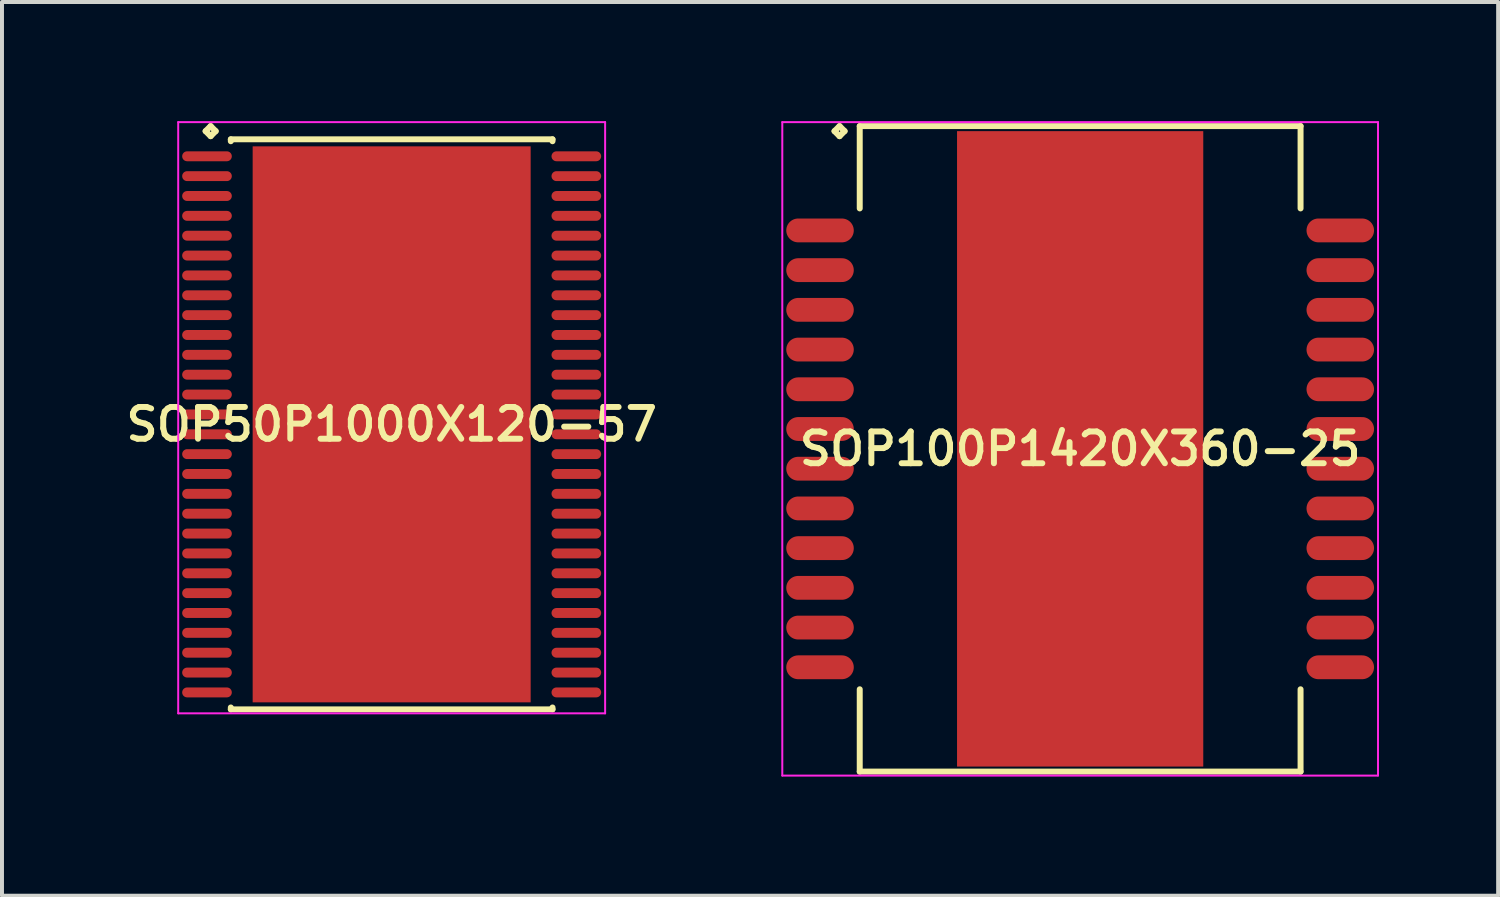
<source format=kicad_pcb>
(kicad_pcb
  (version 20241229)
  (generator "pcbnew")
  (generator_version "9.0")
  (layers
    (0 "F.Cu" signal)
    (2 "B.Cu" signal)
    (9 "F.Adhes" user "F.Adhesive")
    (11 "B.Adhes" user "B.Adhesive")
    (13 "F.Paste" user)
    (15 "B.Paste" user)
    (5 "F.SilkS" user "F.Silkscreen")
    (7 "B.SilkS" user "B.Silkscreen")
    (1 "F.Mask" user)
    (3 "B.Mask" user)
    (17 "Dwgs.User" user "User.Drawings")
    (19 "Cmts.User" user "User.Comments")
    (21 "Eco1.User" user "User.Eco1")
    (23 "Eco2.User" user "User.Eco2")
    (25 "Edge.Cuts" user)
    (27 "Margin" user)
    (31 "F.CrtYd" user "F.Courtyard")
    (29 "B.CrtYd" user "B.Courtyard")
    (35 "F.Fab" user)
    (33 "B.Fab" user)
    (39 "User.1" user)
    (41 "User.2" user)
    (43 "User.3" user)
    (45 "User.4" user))
  (footprint "SOP100P1420X360-25"
    (layer "F.Cu")
    (at 24.148 8.252)
    (property "Reference" "SOP100P1420X360-25" (at 0 0 0) (layer "F.SilkS") (effects (font (size 0.8 0.8) (thickness 0.15))))
    (attr smd)
    (fp_line (start -6.185 -8) (end -6.058 -8.127) (stroke (width 0.15) (type solid)) (layer "F.SilkS"))
    (fp_line (start -6.058 -8.127) (end -5.931 -8) (stroke (width 0.15) (type solid)) (layer "F.SilkS"))
    (fp_line (start -6.058 -7.873) (end -6.185 -8) (stroke (width 0.15) (type solid)) (layer "F.SilkS"))
    (fp_line (start -5.931 -8) (end -6.058 -7.873) (stroke (width 0.15) (type solid)) (layer "F.SilkS"))
    (fp_line (start -5.55 -8.127) (end 5.55 -8.127) (stroke (width 0.15) (type solid)) (layer "F.SilkS"))
    (fp_line (start -5.55 -6.054) (end -5.55 -8.127) (stroke (width 0.15) (type solid)) (layer "F.SilkS"))
    (fp_line (start -5.55 6.054) (end -5.55 8.127) (stroke (width 0.15) (type solid)) (layer "F.SilkS"))
    (fp_line (start -5.55 8.127) (end 5.55 8.127) (stroke (width 0.15) (type solid)) (layer "F.SilkS"))
    (fp_line (start 5.55 -8.127) (end 5.55 -6.054) (stroke (width 0.15) (type solid)) (layer "F.SilkS"))
    (fp_line (start 5.55 8.127) (end 5.55 6.054) (stroke (width 0.15) (type solid)) (layer "F.SilkS"))
    (fp_line (start -7.5 -8.227) (end 7.5 -8.227) (stroke (width 0.05) (type solid)) (layer "F.CrtYd"))
    (fp_line (start -7.5 8.227) (end -7.5 -8.227) (stroke (width 0.05) (type solid)) (layer "F.CrtYd"))
    (fp_line (start 7.5 -8.227) (end 7.5 8.227) (stroke (width 0.05) (type solid)) (layer "F.CrtYd"))
    (fp_line (start 7.5 8.227) (end -7.5 8.227) (stroke (width 0.05) (type solid)) (layer "F.CrtYd"))
    (pad "1" smd oval (at -6.55 -5.5) (size 1.7 0.6) (layers "F.Cu" "F.Mask" "F.Paste"))
    (pad "2" smd oval (at -6.55 -4.5) (size 1.7 0.6) (layers "F.Cu" "F.Mask" "F.Paste"))
    (pad "3" smd oval (at -6.55 -3.5) (size 1.7 0.6) (layers "F.Cu" "F.Mask" "F.Paste"))
    (pad "4" smd oval (at -6.55 -2.5) (size 1.7 0.6) (layers "F.Cu" "F.Mask" "F.Paste"))
    (pad "5" smd oval (at -6.55 -1.5) (size 1.7 0.6) (layers "F.Cu" "F.Mask" "F.Paste"))
    (pad "6" smd oval (at -6.55 -0.5) (size 1.7 0.6) (layers "F.Cu" "F.Mask" "F.Paste"))
    (pad "7" smd oval (at -6.55 0.5) (size 1.7 0.6) (layers "F.Cu" "F.Mask" "F.Paste"))
    (pad "8" smd oval (at -6.55 1.5) (size 1.7 0.6) (layers "F.Cu" "F.Mask" "F.Paste"))
    (pad "9" smd oval (at -6.55 2.5) (size 1.7 0.6) (layers "F.Cu" "F.Mask" "F.Paste"))
    (pad "10" smd oval (at -6.55 3.5) (size 1.7 0.6) (layers "F.Cu" "F.Mask" "F.Paste"))
    (pad "11" smd oval (at -6.55 4.5) (size 1.7 0.6) (layers "F.Cu" "F.Mask" "F.Paste"))
    (pad "12" smd oval (at -6.55 5.5) (size 1.7 0.6) (layers "F.Cu" "F.Mask" "F.Paste"))
    (pad "13" smd oval (at 6.55 5.5) (size 1.7 0.6) (layers "F.Cu" "F.Mask" "F.Paste"))
    (pad "14" smd oval (at 6.55 4.5) (size 1.7 0.6) (layers "F.Cu" "F.Mask" "F.Paste"))
    (pad "15" smd oval (at 6.55 3.5) (size 1.7 0.6) (layers "F.Cu" "F.Mask" "F.Paste"))
    (pad "16" smd oval (at 6.55 2.5) (size 1.7 0.6) (layers "F.Cu" "F.Mask" "F.Paste"))
    (pad "17" smd oval (at 6.55 1.5) (size 1.7 0.6) (layers "F.Cu" "F.Mask" "F.Paste"))
    (pad "18" smd oval (at 6.55 0.5) (size 1.7 0.6) (layers "F.Cu" "F.Mask" "F.Paste"))
    (pad "19" smd oval (at 6.55 -0.5) (size 1.7 0.6) (layers "F.Cu" "F.Mask" "F.Paste"))
    (pad "20" smd oval (at 6.55 -1.5) (size 1.7 0.6) (layers "F.Cu" "F.Mask" "F.Paste"))
    (pad "21" smd oval (at 6.55 -2.5) (size 1.7 0.6) (layers "F.Cu" "F.Mask" "F.Paste"))
    (pad "22" smd oval (at 6.55 -3.5) (size 1.7 0.6) (layers "F.Cu" "F.Mask" "F.Paste"))
    (pad "23" smd oval (at 6.55 -4.5) (size 1.7 0.6) (layers "F.Cu" "F.Mask" "F.Paste"))
    (pad "24" smd oval (at 6.55 -5.5) (size 1.7 0.6) (layers "F.Cu" "F.Mask" "F.Paste"))
    (pad "25" smd rect (at 0 0) (size 6.2 16) (layers "F.Cu" "F.Mask" "F.Paste")))
  (footprint "SOP50P1000X120-57"
    (layer "F.Cu")
    (at 6.812 7.635)
    (property "Reference" "SOP50P1000X120-57" (at 0 0 0) (layer "F.SilkS") (effects (font (size 0.8 0.8) (thickness 0.15))))
    (attr smd)
    (fp_line (start -4.685 -7.383) (end -4.558 -7.51) (stroke (width 0.15) (type solid)) (layer "F.SilkS"))
    (fp_line (start -4.558 -7.51) (end -4.431 -7.383) (stroke (width 0.15) (type solid)) (layer "F.SilkS"))
    (fp_line (start -4.558 -7.256) (end -4.685 -7.383) (stroke (width 0.15) (type solid)) (layer "F.SilkS"))
    (fp_line (start -4.431 -7.383) (end -4.558 -7.256) (stroke (width 0.15) (type solid)) (layer "F.SilkS"))
    (fp_line (start -4.05 -7.177) (end 4.05 -7.177) (stroke (width 0.15) (type solid)) (layer "F.SilkS"))
    (fp_line (start -4.05 -7.129) (end -4.05 -7.177) (stroke (width 0.15) (type solid)) (layer "F.SilkS"))
    (fp_line (start -4.05 7.129) (end -4.05 7.177) (stroke (width 0.15) (type solid)) (layer "F.SilkS"))
    (fp_line (start -4.05 7.177) (end 4.05 7.177) (stroke (width 0.15) (type solid)) (layer "F.SilkS"))
    (fp_line (start 4.05 -7.177) (end 4.05 -7.129) (stroke (width 0.15) (type solid)) (layer "F.SilkS"))
    (fp_line (start 4.05 7.177) (end 4.05 7.129) (stroke (width 0.15) (type solid)) (layer "F.SilkS"))
    (fp_line (start -5.375 -7.61) (end 5.375 -7.61) (stroke (width 0.05) (type solid)) (layer "F.CrtYd"))
    (fp_line (start -5.375 7.277) (end -5.375 -7.61) (stroke (width 0.05) (type solid)) (layer "F.CrtYd"))
    (fp_line (start 5.375 -7.61) (end 5.375 7.277) (stroke (width 0.05) (type solid)) (layer "F.CrtYd"))
    (fp_line (start 5.375 7.277) (end -5.375 7.277) (stroke (width 0.05) (type solid)) (layer "F.CrtYd"))
    (pad "1" smd oval (at -4.65 -6.75) (size 1.25 0.25) (layers "F.Cu" "F.Mask" "F.Paste"))
    (pad "2" smd oval (at -4.65 -6.25) (size 1.25 0.25) (layers "F.Cu" "F.Mask" "F.Paste"))
    (pad "3" smd oval (at -4.65 -5.75) (size 1.25 0.25) (layers "F.Cu" "F.Mask" "F.Paste"))
    (pad "4" smd oval (at -4.65 -5.25) (size 1.25 0.25) (layers "F.Cu" "F.Mask" "F.Paste"))
    (pad "5" smd oval (at -4.65 -4.75) (size 1.25 0.25) (layers "F.Cu" "F.Mask" "F.Paste"))
    (pad "6" smd oval (at -4.65 -4.25) (size 1.25 0.25) (layers "F.Cu" "F.Mask" "F.Paste"))
    (pad "7" smd oval (at -4.65 -3.75) (size 1.25 0.25) (layers "F.Cu" "F.Mask" "F.Paste"))
    (pad "8" smd oval (at -4.65 -3.25) (size 1.25 0.25) (layers "F.Cu" "F.Mask" "F.Paste"))
    (pad "9" smd oval (at -4.65 -2.75) (size 1.25 0.25) (layers "F.Cu" "F.Mask" "F.Paste"))
    (pad "10" smd oval (at -4.65 -2.25) (size 1.25 0.25) (layers "F.Cu" "F.Mask" "F.Paste"))
    (pad "11" smd oval (at -4.65 -1.75) (size 1.25 0.25) (layers "F.Cu" "F.Mask" "F.Paste"))
    (pad "12" smd oval (at -4.65 -1.25) (size 1.25 0.25) (layers "F.Cu" "F.Mask" "F.Paste"))
    (pad "13" smd oval (at -4.65 -0.75) (size 1.25 0.25) (layers "F.Cu" "F.Mask" "F.Paste"))
    (pad "14" smd oval (at -4.65 -0.25) (size 1.25 0.25) (layers "F.Cu" "F.Mask" "F.Paste"))
    (pad "15" smd oval (at -4.65 0.25) (size 1.25 0.25) (layers "F.Cu" "F.Mask" "F.Paste"))
    (pad "16" smd oval (at -4.65 0.75) (size 1.25 0.25) (layers "F.Cu" "F.Mask" "F.Paste"))
    (pad "17" smd oval (at -4.65 1.25) (size 1.25 0.25) (layers "F.Cu" "F.Mask" "F.Paste"))
    (pad "18" smd oval (at -4.65 1.75) (size 1.25 0.25) (layers "F.Cu" "F.Mask" "F.Paste"))
    (pad "19" smd oval (at -4.65 2.25) (size 1.25 0.25) (layers "F.Cu" "F.Mask" "F.Paste"))
    (pad "20" smd oval (at -4.65 2.75) (size 1.25 0.25) (layers "F.Cu" "F.Mask" "F.Paste"))
    (pad "21" smd oval (at -4.65 3.25) (size 1.25 0.25) (layers "F.Cu" "F.Mask" "F.Paste"))
    (pad "22" smd oval (at -4.65 3.75) (size 1.25 0.25) (layers "F.Cu" "F.Mask" "F.Paste"))
    (pad "23" smd oval (at -4.65 4.25) (size 1.25 0.25) (layers "F.Cu" "F.Mask" "F.Paste"))
    (pad "24" smd oval (at -4.65 4.75) (size 1.25 0.25) (layers "F.Cu" "F.Mask" "F.Paste"))
    (pad "25" smd oval (at -4.65 5.25) (size 1.25 0.25) (layers "F.Cu" "F.Mask" "F.Paste"))
    (pad "26" smd oval (at -4.65 5.75) (size 1.25 0.25) (layers "F.Cu" "F.Mask" "F.Paste"))
    (pad "27" smd oval (at -4.65 6.25) (size 1.25 0.25) (layers "F.Cu" "F.Mask" "F.Paste"))
    (pad "28" smd oval (at -4.65 6.75) (size 1.25 0.25) (layers "F.Cu" "F.Mask" "F.Paste"))
    (pad "29" smd oval (at 4.65 6.75) (size 1.25 0.25) (layers "F.Cu" "F.Mask" "F.Paste"))
    (pad "30" smd oval (at 4.65 6.25) (size 1.25 0.25) (layers "F.Cu" "F.Mask" "F.Paste"))
    (pad "31" smd oval (at 4.65 5.75) (size 1.25 0.25) (layers "F.Cu" "F.Mask" "F.Paste"))
    (pad "32" smd oval (at 4.65 5.25) (size 1.25 0.25) (layers "F.Cu" "F.Mask" "F.Paste"))
    (pad "33" smd oval (at 4.65 4.75) (size 1.25 0.25) (layers "F.Cu" "F.Mask" "F.Paste"))
    (pad "34" smd oval (at 4.65 4.25) (size 1.25 0.25) (layers "F.Cu" "F.Mask" "F.Paste"))
    (pad "35" smd oval (at 4.65 3.75) (size 1.25 0.25) (layers "F.Cu" "F.Mask" "F.Paste"))
    (pad "36" smd oval (at 4.65 3.25) (size 1.25 0.25) (layers "F.Cu" "F.Mask" "F.Paste"))
    (pad "37" smd oval (at 4.65 2.75) (size 1.25 0.25) (layers "F.Cu" "F.Mask" "F.Paste"))
    (pad "38" smd oval (at 4.65 2.25) (size 1.25 0.25) (layers "F.Cu" "F.Mask" "F.Paste"))
    (pad "39" smd oval (at 4.65 1.75) (size 1.25 0.25) (layers "F.Cu" "F.Mask" "F.Paste"))
    (pad "40" smd oval (at 4.65 1.25) (size 1.25 0.25) (layers "F.Cu" "F.Mask" "F.Paste"))
    (pad "41" smd oval (at 4.65 0.75) (size 1.25 0.25) (layers "F.Cu" "F.Mask" "F.Paste"))
    (pad "42" smd oval (at 4.65 0.25) (size 1.25 0.25) (layers "F.Cu" "F.Mask" "F.Paste"))
    (pad "43" smd oval (at 4.65 -0.25) (size 1.25 0.25) (layers "F.Cu" "F.Mask" "F.Paste"))
    (pad "44" smd oval (at 4.65 -0.75) (size 1.25 0.25) (layers "F.Cu" "F.Mask" "F.Paste"))
    (pad "45" smd oval (at 4.65 -1.25) (size 1.25 0.25) (layers "F.Cu" "F.Mask" "F.Paste"))
    (pad "46" smd oval (at 4.65 -1.75) (size 1.25 0.25) (layers "F.Cu" "F.Mask" "F.Paste"))
    (pad "47" smd oval (at 4.65 -2.25) (size 1.25 0.25) (layers "F.Cu" "F.Mask" "F.Paste"))
    (pad "48" smd oval (at 4.65 -2.75) (size 1.25 0.25) (layers "F.Cu" "F.Mask" "F.Paste"))
    (pad "49" smd oval (at 4.65 -3.25) (size 1.25 0.25) (layers "F.Cu" "F.Mask" "F.Paste"))
    (pad "50" smd oval (at 4.65 -3.75) (size 1.25 0.25) (layers "F.Cu" "F.Mask" "F.Paste"))
    (pad "51" smd oval (at 4.65 -4.25) (size 1.25 0.25) (layers "F.Cu" "F.Mask" "F.Paste"))
    (pad "52" smd oval (at 4.65 -4.75) (size 1.25 0.25) (layers "F.Cu" "F.Mask" "F.Paste"))
    (pad "53" smd oval (at 4.65 -5.25) (size 1.25 0.25) (layers "F.Cu" "F.Mask" "F.Paste"))
    (pad "54" smd oval (at 4.65 -5.75) (size 1.25 0.25) (layers "F.Cu" "F.Mask" "F.Paste"))
    (pad "55" smd oval (at 4.65 -6.25) (size 1.25 0.25) (layers "F.Cu" "F.Mask" "F.Paste"))
    (pad "56" smd oval (at 4.65 -6.75) (size 1.25 0.25) (layers "F.Cu" "F.Mask" "F.Paste"))
    (pad "57" smd rect (at 0 0) (size 7 14) (layers "F.Cu" "F.Mask" "F.Paste")))
  (gr_rect
    (start -3 -3)
    (end 34.673 19.504)
    (stroke (width 0.1) (type default))
    (fill no)
    (layer "Edge.Cuts")))
</source>
